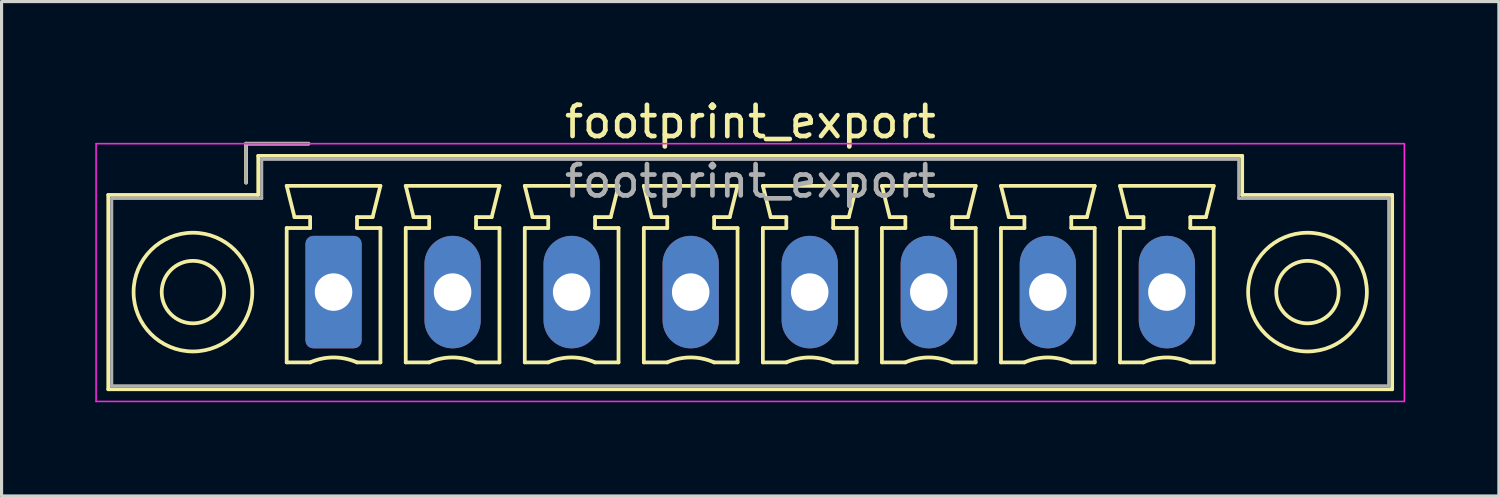
<source format=kicad_pcb>
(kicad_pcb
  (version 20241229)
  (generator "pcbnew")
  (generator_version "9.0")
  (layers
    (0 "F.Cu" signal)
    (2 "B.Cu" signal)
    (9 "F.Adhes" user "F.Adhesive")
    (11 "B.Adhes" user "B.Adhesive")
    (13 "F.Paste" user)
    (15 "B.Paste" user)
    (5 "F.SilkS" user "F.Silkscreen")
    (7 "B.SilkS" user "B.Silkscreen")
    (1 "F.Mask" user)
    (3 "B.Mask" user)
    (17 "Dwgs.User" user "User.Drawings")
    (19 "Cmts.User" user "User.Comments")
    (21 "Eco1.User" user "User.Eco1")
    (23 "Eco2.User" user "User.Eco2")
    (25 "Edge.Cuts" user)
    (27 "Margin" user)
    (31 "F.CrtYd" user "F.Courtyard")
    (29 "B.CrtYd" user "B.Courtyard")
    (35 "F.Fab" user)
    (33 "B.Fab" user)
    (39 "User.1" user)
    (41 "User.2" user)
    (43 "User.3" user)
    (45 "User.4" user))
  (footprint "footprint_export"
    (layer "F.Cu")
    (at 7.625 6.298)
    (property "Reference" "footprint_export" (at 13.34 -5.45 0) (layer "F.SilkS") (effects (font (size 1 1) (thickness 0.15))))
    (attr through_hole)
    (fp_line (start -7.21 -3.11) (end -7.21 3.11) (stroke (width 0.12) (type solid)) (layer "F.SilkS"))
    (fp_line (start -7.21 3.11) (end 33.88 3.11) (stroke (width 0.12) (type solid)) (layer "F.SilkS"))
    (fp_line (start -2.8 -4.75) (end -0.8 -4.75) (stroke (width 0.12) (type solid)) (layer "F.SilkS"))
    (fp_line (start -2.8 -3.5) (end -2.8 -4.75) (stroke (width 0.12) (type solid)) (layer "F.SilkS"))
    (fp_line (start -2.41 -4.36) (end -2.41 -3.11) (stroke (width 0.12) (type solid)) (layer "F.SilkS"))
    (fp_line (start -2.41 -3.11) (end -7.21 -3.11) (stroke (width 0.12) (type solid)) (layer "F.SilkS"))
    (fp_line (start -1.5 -3.4) (end 1.5 -3.4) (stroke (width 0.12) (type solid)) (layer "F.SilkS"))
    (fp_line (start -1.5 -2.05) (end -0.75 -2.05) (stroke (width 0.12) (type solid)) (layer "F.SilkS"))
    (fp_line (start -1.5 2.25) (end -1.5 -2.05) (stroke (width 0.12) (type solid)) (layer "F.SilkS"))
    (fp_line (start -1.25 -2.4) (end -1.5 -3.4) (stroke (width 0.12) (type solid)) (layer "F.SilkS"))
    (fp_line (start -0.75 -2.4) (end -1.25 -2.4) (stroke (width 0.12) (type solid)) (layer "F.SilkS"))
    (fp_line (start -0.75 -2.05) (end -0.75 -2.4) (stroke (width 0.12) (type solid)) (layer "F.SilkS"))
    (fp_line (start -0.75 2.25) (end -1.5 2.25) (stroke (width 0.12) (type solid)) (layer "F.SilkS"))
    (fp_line (start 0.75 -2.4) (end 0.75 -2.05) (stroke (width 0.12) (type solid)) (layer "F.SilkS"))
    (fp_line (start 0.75 -2.05) (end 1.5 -2.05) (stroke (width 0.12) (type solid)) (layer "F.SilkS"))
    (fp_line (start 1.25 -2.4) (end 0.75 -2.4) (stroke (width 0.12) (type solid)) (layer "F.SilkS"))
    (fp_line (start 1.5 -3.4) (end 1.25 -2.4) (stroke (width 0.12) (type solid)) (layer "F.SilkS"))
    (fp_line (start 1.5 -2.05) (end 1.5 2.25) (stroke (width 0.12) (type solid)) (layer "F.SilkS"))
    (fp_line (start 1.5 2.25) (end 0.75 2.25) (stroke (width 0.12) (type solid)) (layer "F.SilkS"))
    (fp_line (start 2.31 -3.4) (end 5.31 -3.4) (stroke (width 0.12) (type solid)) (layer "F.SilkS"))
    (fp_line (start 2.31 -2.05) (end 3.06 -2.05) (stroke (width 0.12) (type solid)) (layer "F.SilkS"))
    (fp_line (start 2.31 2.25) (end 2.31 -2.05) (stroke (width 0.12) (type solid)) (layer "F.SilkS"))
    (fp_line (start 2.56 -2.4) (end 2.31 -3.4) (stroke (width 0.12) (type solid)) (layer "F.SilkS"))
    (fp_line (start 3.06 -2.4) (end 2.56 -2.4) (stroke (width 0.12) (type solid)) (layer "F.SilkS"))
    (fp_line (start 3.06 -2.05) (end 3.06 -2.4) (stroke (width 0.12) (type solid)) (layer "F.SilkS"))
    (fp_line (start 3.06 2.25) (end 2.31 2.25) (stroke (width 0.12) (type solid)) (layer "F.SilkS"))
    (fp_line (start 4.56 -2.4) (end 4.56 -2.05) (stroke (width 0.12) (type solid)) (layer "F.SilkS"))
    (fp_line (start 4.56 -2.05) (end 5.31 -2.05) (stroke (width 0.12) (type solid)) (layer "F.SilkS"))
    (fp_line (start 5.06 -2.4) (end 4.56 -2.4) (stroke (width 0.12) (type solid)) (layer "F.SilkS"))
    (fp_line (start 5.31 -3.4) (end 5.06 -2.4) (stroke (width 0.12) (type solid)) (layer "F.SilkS"))
    (fp_line (start 5.31 -2.05) (end 5.31 2.25) (stroke (width 0.12) (type solid)) (layer "F.SilkS"))
    (fp_line (start 5.31 2.25) (end 4.56 2.25) (stroke (width 0.12) (type solid)) (layer "F.SilkS"))
    (fp_line (start 6.12 -3.4) (end 9.12 -3.4) (stroke (width 0.12) (type solid)) (layer "F.SilkS"))
    (fp_line (start 6.12 -2.05) (end 6.87 -2.05) (stroke (width 0.12) (type solid)) (layer "F.SilkS"))
    (fp_line (start 6.12 2.25) (end 6.12 -2.05) (stroke (width 0.12) (type solid)) (layer "F.SilkS"))
    (fp_line (start 6.37 -2.4) (end 6.12 -3.4) (stroke (width 0.12) (type solid)) (layer "F.SilkS"))
    (fp_line (start 6.87 -2.4) (end 6.37 -2.4) (stroke (width 0.12) (type solid)) (layer "F.SilkS"))
    (fp_line (start 6.87 -2.05) (end 6.87 -2.4) (stroke (width 0.12) (type solid)) (layer "F.SilkS"))
    (fp_line (start 6.87 2.25) (end 6.12 2.25) (stroke (width 0.12) (type solid)) (layer "F.SilkS"))
    (fp_line (start 8.37 -2.4) (end 8.37 -2.05) (stroke (width 0.12) (type solid)) (layer "F.SilkS"))
    (fp_line (start 8.37 -2.05) (end 9.12 -2.05) (stroke (width 0.12) (type solid)) (layer "F.SilkS"))
    (fp_line (start 8.87 -2.4) (end 8.37 -2.4) (stroke (width 0.12) (type solid)) (layer "F.SilkS"))
    (fp_line (start 9.12 -3.4) (end 8.87 -2.4) (stroke (width 0.12) (type solid)) (layer "F.SilkS"))
    (fp_line (start 9.12 -2.05) (end 9.12 2.25) (stroke (width 0.12) (type solid)) (layer "F.SilkS"))
    (fp_line (start 9.12 2.25) (end 8.37 2.25) (stroke (width 0.12) (type solid)) (layer "F.SilkS"))
    (fp_line (start 9.93 -3.4) (end 12.93 -3.4) (stroke (width 0.12) (type solid)) (layer "F.SilkS"))
    (fp_line (start 9.93 -2.05) (end 10.68 -2.05) (stroke (width 0.12) (type solid)) (layer "F.SilkS"))
    (fp_line (start 9.93 2.25) (end 9.93 -2.05) (stroke (width 0.12) (type solid)) (layer "F.SilkS"))
    (fp_line (start 10.18 -2.4) (end 9.93 -3.4) (stroke (width 0.12) (type solid)) (layer "F.SilkS"))
    (fp_line (start 10.68 -2.4) (end 10.18 -2.4) (stroke (width 0.12) (type solid)) (layer "F.SilkS"))
    (fp_line (start 10.68 -2.05) (end 10.68 -2.4) (stroke (width 0.12) (type solid)) (layer "F.SilkS"))
    (fp_line (start 10.68 2.25) (end 9.93 2.25) (stroke (width 0.12) (type solid)) (layer "F.SilkS"))
    (fp_line (start 12.18 -2.4) (end 12.18 -2.05) (stroke (width 0.12) (type solid)) (layer "F.SilkS"))
    (fp_line (start 12.18 -2.05) (end 12.93 -2.05) (stroke (width 0.12) (type solid)) (layer "F.SilkS"))
    (fp_line (start 12.68 -2.4) (end 12.18 -2.4) (stroke (width 0.12) (type solid)) (layer "F.SilkS"))
    (fp_line (start 12.93 -3.4) (end 12.68 -2.4) (stroke (width 0.12) (type solid)) (layer "F.SilkS"))
    (fp_line (start 12.93 -2.05) (end 12.93 2.25) (stroke (width 0.12) (type solid)) (layer "F.SilkS"))
    (fp_line (start 12.93 2.25) (end 12.18 2.25) (stroke (width 0.12) (type solid)) (layer "F.SilkS"))
    (fp_line (start 13.74 -3.4) (end 16.74 -3.4) (stroke (width 0.12) (type solid)) (layer "F.SilkS"))
    (fp_line (start 13.74 -2.05) (end 14.49 -2.05) (stroke (width 0.12) (type solid)) (layer "F.SilkS"))
    (fp_line (start 13.74 2.25) (end 13.74 -2.05) (stroke (width 0.12) (type solid)) (layer "F.SilkS"))
    (fp_line (start 13.99 -2.4) (end 13.74 -3.4) (stroke (width 0.12) (type solid)) (layer "F.SilkS"))
    (fp_line (start 14.49 -2.4) (end 13.99 -2.4) (stroke (width 0.12) (type solid)) (layer "F.SilkS"))
    (fp_line (start 14.49 -2.05) (end 14.49 -2.4) (stroke (width 0.12) (type solid)) (layer "F.SilkS"))
    (fp_line (start 14.49 2.25) (end 13.74 2.25) (stroke (width 0.12) (type solid)) (layer "F.SilkS"))
    (fp_line (start 15.99 -2.4) (end 15.99 -2.05) (stroke (width 0.12) (type solid)) (layer "F.SilkS"))
    (fp_line (start 15.99 -2.05) (end 16.74 -2.05) (stroke (width 0.12) (type solid)) (layer "F.SilkS"))
    (fp_line (start 16.49 -2.4) (end 15.99 -2.4) (stroke (width 0.12) (type solid)) (layer "F.SilkS"))
    (fp_line (start 16.74 -3.4) (end 16.49 -2.4) (stroke (width 0.12) (type solid)) (layer "F.SilkS"))
    (fp_line (start 16.74 -2.05) (end 16.74 2.25) (stroke (width 0.12) (type solid)) (layer "F.SilkS"))
    (fp_line (start 16.74 2.25) (end 15.99 2.25) (stroke (width 0.12) (type solid)) (layer "F.SilkS"))
    (fp_line (start 17.55 -3.4) (end 20.55 -3.4) (stroke (width 0.12) (type solid)) (layer "F.SilkS"))
    (fp_line (start 17.55 -2.05) (end 18.3 -2.05) (stroke (width 0.12) (type solid)) (layer "F.SilkS"))
    (fp_line (start 17.55 2.25) (end 17.55 -2.05) (stroke (width 0.12) (type solid)) (layer "F.SilkS"))
    (fp_line (start 17.8 -2.4) (end 17.55 -3.4) (stroke (width 0.12) (type solid)) (layer "F.SilkS"))
    (fp_line (start 18.3 -2.4) (end 17.8 -2.4) (stroke (width 0.12) (type solid)) (layer "F.SilkS"))
    (fp_line (start 18.3 -2.05) (end 18.3 -2.4) (stroke (width 0.12) (type solid)) (layer "F.SilkS"))
    (fp_line (start 18.3 2.25) (end 17.55 2.25) (stroke (width 0.12) (type solid)) (layer "F.SilkS"))
    (fp_line (start 19.8 -2.4) (end 19.8 -2.05) (stroke (width 0.12) (type solid)) (layer "F.SilkS"))
    (fp_line (start 19.8 -2.05) (end 20.55 -2.05) (stroke (width 0.12) (type solid)) (layer "F.SilkS"))
    (fp_line (start 20.3 -2.4) (end 19.8 -2.4) (stroke (width 0.12) (type solid)) (layer "F.SilkS"))
    (fp_line (start 20.55 -3.4) (end 20.3 -2.4) (stroke (width 0.12) (type solid)) (layer "F.SilkS"))
    (fp_line (start 20.55 -2.05) (end 20.55 2.25) (stroke (width 0.12) (type solid)) (layer "F.SilkS"))
    (fp_line (start 20.55 2.25) (end 19.8 2.25) (stroke (width 0.12) (type solid)) (layer "F.SilkS"))
    (fp_line (start 21.36 -3.4) (end 24.36 -3.4) (stroke (width 0.12) (type solid)) (layer "F.SilkS"))
    (fp_line (start 21.36 -2.05) (end 22.11 -2.05) (stroke (width 0.12) (type solid)) (layer "F.SilkS"))
    (fp_line (start 21.36 2.25) (end 21.36 -2.05) (stroke (width 0.12) (type solid)) (layer "F.SilkS"))
    (fp_line (start 21.61 -2.4) (end 21.36 -3.4) (stroke (width 0.12) (type solid)) (layer "F.SilkS"))
    (fp_line (start 22.11 -2.4) (end 21.61 -2.4) (stroke (width 0.12) (type solid)) (layer "F.SilkS"))
    (fp_line (start 22.11 -2.05) (end 22.11 -2.4) (stroke (width 0.12) (type solid)) (layer "F.SilkS"))
    (fp_line (start 22.11 2.25) (end 21.36 2.25) (stroke (width 0.12) (type solid)) (layer "F.SilkS"))
    (fp_line (start 23.61 -2.4) (end 23.61 -2.05) (stroke (width 0.12) (type solid)) (layer "F.SilkS"))
    (fp_line (start 23.61 -2.05) (end 24.36 -2.05) (stroke (width 0.12) (type solid)) (layer "F.SilkS"))
    (fp_line (start 24.11 -2.4) (end 23.61 -2.4) (stroke (width 0.12) (type solid)) (layer "F.SilkS"))
    (fp_line (start 24.36 -3.4) (end 24.11 -2.4) (stroke (width 0.12) (type solid)) (layer "F.SilkS"))
    (fp_line (start 24.36 -2.05) (end 24.36 2.25) (stroke (width 0.12) (type solid)) (layer "F.SilkS"))
    (fp_line (start 24.36 2.25) (end 23.61 2.25) (stroke (width 0.12) (type solid)) (layer "F.SilkS"))
    (fp_line (start 25.17 -3.4) (end 28.17 -3.4) (stroke (width 0.12) (type solid)) (layer "F.SilkS"))
    (fp_line (start 25.17 -2.05) (end 25.92 -2.05) (stroke (width 0.12) (type solid)) (layer "F.SilkS"))
    (fp_line (start 25.17 2.25) (end 25.17 -2.05) (stroke (width 0.12) (type solid)) (layer "F.SilkS"))
    (fp_line (start 25.42 -2.4) (end 25.17 -3.4) (stroke (width 0.12) (type solid)) (layer "F.SilkS"))
    (fp_line (start 25.92 -2.4) (end 25.42 -2.4) (stroke (width 0.12) (type solid)) (layer "F.SilkS"))
    (fp_line (start 25.92 -2.05) (end 25.92 -2.4) (stroke (width 0.12) (type solid)) (layer "F.SilkS"))
    (fp_line (start 25.92 2.25) (end 25.17 2.25) (stroke (width 0.12) (type solid)) (layer "F.SilkS"))
    (fp_line (start 27.42 -2.4) (end 27.42 -2.05) (stroke (width 0.12) (type solid)) (layer "F.SilkS"))
    (fp_line (start 27.42 -2.05) (end 28.17 -2.05) (stroke (width 0.12) (type solid)) (layer "F.SilkS"))
    (fp_line (start 27.92 -2.4) (end 27.42 -2.4) (stroke (width 0.12) (type solid)) (layer "F.SilkS"))
    (fp_line (start 28.17 -3.4) (end 27.92 -2.4) (stroke (width 0.12) (type solid)) (layer "F.SilkS"))
    (fp_line (start 28.17 -2.05) (end 28.17 2.25) (stroke (width 0.12) (type solid)) (layer "F.SilkS"))
    (fp_line (start 28.17 2.25) (end 27.42 2.25) (stroke (width 0.12) (type solid)) (layer "F.SilkS"))
    (fp_line (start 29.08 -4.36) (end -2.41 -4.36) (stroke (width 0.12) (type solid)) (layer "F.SilkS"))
    (fp_line (start 29.08 -3.11) (end 29.08 -4.36) (stroke (width 0.12) (type solid)) (layer "F.SilkS"))
    (fp_line (start 33.88 -3.11) (end 29.08 -3.11) (stroke (width 0.12) (type solid)) (layer "F.SilkS"))
    (fp_line (start 33.88 3.11) (end 33.88 -3.11) (stroke (width 0.12) (type solid)) (layer "F.SilkS"))
    (fp_arc (start -0.75 2.25) (mid -0.000193 2.09191) (end 0.749647 2.249844) (stroke (width 0.12) (type solid)) (layer "F.SilkS"))
    (fp_arc (start 3.06 2.25) (mid 3.809807 2.09191) (end 4.559647 2.249844) (stroke (width 0.12) (type solid)) (layer "F.SilkS"))
    (fp_arc (start 6.87 2.25) (mid 7.619807 2.09191) (end 8.369647 2.249844) (stroke (width 0.12) (type solid)) (layer "F.SilkS"))
    (fp_arc (start 10.68 2.25) (mid 11.429807 2.09191) (end 12.179647 2.249844) (stroke (width 0.12) (type solid)) (layer "F.SilkS"))
    (fp_arc (start 14.49 2.25) (mid 15.239807 2.09191) (end 15.989647 2.249844) (stroke (width 0.12) (type solid)) (layer "F.SilkS"))
    (fp_arc (start 18.3 2.25) (mid 19.049807 2.09191) (end 19.799647 2.249844) (stroke (width 0.12) (type solid)) (layer "F.SilkS"))
    (fp_arc (start 22.11 2.25) (mid 22.859807 2.09191) (end 23.609647 2.249844) (stroke (width 0.12) (type solid)) (layer "F.SilkS"))
    (fp_arc (start 25.92 2.25) (mid 26.669807 2.09191) (end 27.419647 2.249844) (stroke (width 0.12) (type solid)) (layer "F.SilkS"))
    (fp_circle (center -4.5 0) (end -3.5 0) (stroke (width 0.12) (type solid)) (fill no) (layer "F.SilkS"))
    (fp_circle (center -4.5 0) (end -2.6 0) (stroke (width 0.12) (type solid)) (fill no) (layer "F.SilkS"))
    (fp_circle (center 31.17 0) (end 32.17 0) (stroke (width 0.12) (type solid)) (fill no) (layer "F.SilkS"))
    (fp_circle (center 31.17 0) (end 33.07 0) (stroke (width 0.12) (type solid)) (fill no) (layer "F.SilkS"))
    (fp_line (start -7.6 -4.75) (end -7.6 3.5) (stroke (width 0.05) (type solid)) (layer "F.CrtYd"))
    (fp_line (start -7.6 3.5) (end 34.27 3.5) (stroke (width 0.05) (type solid)) (layer "F.CrtYd"))
    (fp_line (start 34.27 -4.75) (end -7.6 -4.75) (stroke (width 0.05) (type solid)) (layer "F.CrtYd"))
    (fp_line (start 34.27 3.5) (end 34.27 -4.75) (stroke (width 0.05) (type solid)) (layer "F.CrtYd"))
    (fp_line (start -7.1 -3) (end -7.1 3) (stroke (width 0.1) (type solid)) (layer "F.Fab"))
    (fp_line (start -7.1 3) (end 33.77 3) (stroke (width 0.1) (type solid)) (layer "F.Fab"))
    (fp_line (start -2.8 -4.75) (end -0.8 -4.75) (stroke (width 0.1) (type solid)) (layer "F.Fab"))
    (fp_line (start -2.8 -3.5) (end -2.8 -4.75) (stroke (width 0.1) (type solid)) (layer "F.Fab"))
    (fp_line (start -2.3 -4.25) (end -2.3 -3) (stroke (width 0.1) (type solid)) (layer "F.Fab"))
    (fp_line (start -2.3 -3) (end -7.1 -3) (stroke (width 0.1) (type solid)) (layer "F.Fab"))
    (fp_line (start 28.97 -4.25) (end -2.3 -4.25) (stroke (width 0.1) (type solid)) (layer "F.Fab"))
    (fp_line (start 28.97 -3) (end 28.97 -4.25) (stroke (width 0.1) (type solid)) (layer "F.Fab"))
    (fp_line (start 33.77 -3) (end 28.97 -3) (stroke (width 0.1) (type solid)) (layer "F.Fab"))
    (fp_line (start 33.77 3) (end 33.77 -3) (stroke (width 0.1) (type solid)) (layer "F.Fab"))
    (fp_text user "${REFERENCE}" (at 13.34 -3.55 0) (layer "F.Fab") (effects (font (size 1 1) (thickness 0.15))))
    (pad "1" thru_hole roundrect (at 0 0) (size 1.8 3.6) (drill 1.2) (layers "*.Cu" "*.Mask") (roundrect_rratio 0.139))
    (pad "2" thru_hole oval (at 3.81 0) (size 1.8 3.6) (drill 1.2) (layers "*.Cu" "*.Mask"))
    (pad "3" thru_hole oval (at 7.62 0) (size 1.8 3.6) (drill 1.2) (layers "*.Cu" "*.Mask"))
    (pad "4" thru_hole oval (at 11.43 0) (size 1.8 3.6) (drill 1.2) (layers "*.Cu" "*.Mask"))
    (pad "5" thru_hole oval (at 15.24 0) (size 1.8 3.6) (drill 1.2) (layers "*.Cu" "*.Mask"))
    (pad "6" thru_hole oval (at 19.05 0) (size 1.8 3.6) (drill 1.2) (layers "*.Cu" "*.Mask"))
    (pad "7" thru_hole oval (at 22.86 0) (size 1.8 3.6) (drill 1.2) (layers "*.Cu" "*.Mask"))
    (pad "8" thru_hole oval (at 26.67 0) (size 1.8 3.6) (drill 1.2) (layers "*.Cu" "*.Mask")))
  (gr_rect
    (start -3 -3)
    (end 44.92 12.823)
    (stroke (width 0.1) (type default))
    (fill no)
    (layer "Edge.Cuts")))
</source>
